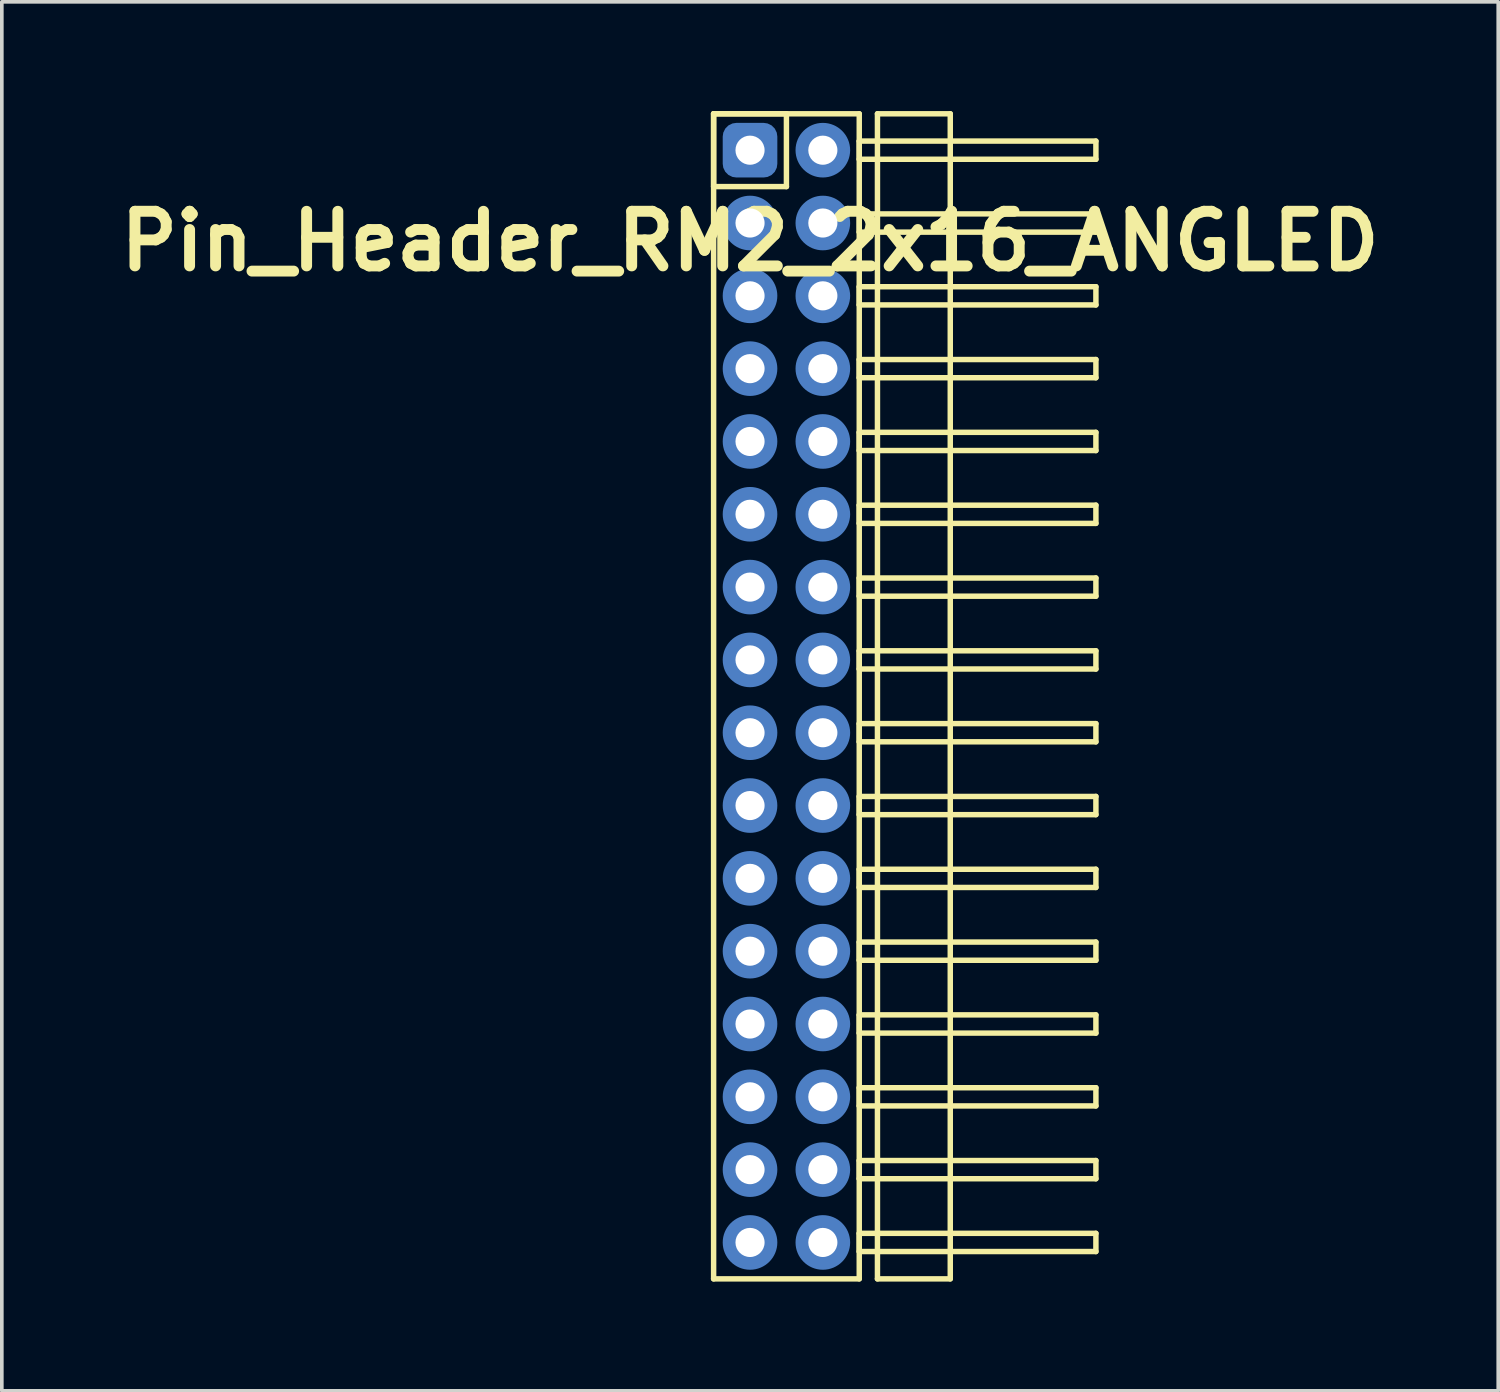
<source format=kicad_pcb>
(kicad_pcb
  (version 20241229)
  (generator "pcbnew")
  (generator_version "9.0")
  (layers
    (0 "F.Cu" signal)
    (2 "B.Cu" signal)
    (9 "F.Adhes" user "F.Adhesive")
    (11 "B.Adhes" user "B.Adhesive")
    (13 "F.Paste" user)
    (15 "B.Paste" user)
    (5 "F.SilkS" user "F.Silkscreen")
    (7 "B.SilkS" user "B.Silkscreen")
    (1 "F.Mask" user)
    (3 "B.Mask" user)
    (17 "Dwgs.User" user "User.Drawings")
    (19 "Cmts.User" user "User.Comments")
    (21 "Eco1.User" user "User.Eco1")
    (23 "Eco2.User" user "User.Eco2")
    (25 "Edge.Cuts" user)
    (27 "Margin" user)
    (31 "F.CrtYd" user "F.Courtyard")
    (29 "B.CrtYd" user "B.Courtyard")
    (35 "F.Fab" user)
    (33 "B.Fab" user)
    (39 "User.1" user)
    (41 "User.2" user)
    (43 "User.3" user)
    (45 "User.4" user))
  (footprint "Pin_Header_RM2_2x16_ANGLED"
    (layer "F.Cu")
    (at 17.55 1.075)
    (property "Reference" "Pin_Header_RM2_2x16_ANGLED" (at 0 2.5 0) (layer "F.SilkS") (effects (font (size 1.5 1.5) (thickness 0.3))))
    (attr through_hole)
    (fp_line (start -1 -1) (end 1 -1) (stroke (width 0.15) (type solid)) (layer "F.SilkS"))
    (fp_line (start -1 -1) (end 3 -1) (stroke (width 0.15) (type solid)) (layer "F.SilkS"))
    (fp_line (start -1 1) (end -1 -1) (stroke (width 0.15) (type solid)) (layer "F.SilkS"))
    (fp_line (start -1 31) (end -1 -1) (stroke (width 0.15) (type solid)) (layer "F.SilkS"))
    (fp_line (start 1 -1) (end 1 1) (stroke (width 0.15) (type solid)) (layer "F.SilkS"))
    (fp_line (start 1 1) (end -1 1) (stroke (width 0.15) (type solid)) (layer "F.SilkS"))
    (fp_line (start 3 -1) (end 3 31) (stroke (width 0.15) (type solid)) (layer "F.SilkS"))
    (fp_line (start 3 -0.25) (end 9.5 -0.25) (stroke (width 0.15) (type solid)) (layer "F.SilkS"))
    (fp_line (start 3 0.25) (end 3 -0.25) (stroke (width 0.15) (type solid)) (layer "F.SilkS"))
    (fp_line (start 3 1.75) (end 9.5 1.75) (stroke (width 0.15) (type solid)) (layer "F.SilkS"))
    (fp_line (start 3 2.25) (end 3 1.75) (stroke (width 0.15) (type solid)) (layer "F.SilkS"))
    (fp_line (start 3 3.75) (end 9.5 3.75) (stroke (width 0.15) (type solid)) (layer "F.SilkS"))
    (fp_line (start 3 4.25) (end 3 3.75) (stroke (width 0.15) (type solid)) (layer "F.SilkS"))
    (fp_line (start 3 5.75) (end 9.5 5.75) (stroke (width 0.15) (type solid)) (layer "F.SilkS"))
    (fp_line (start 3 6.25) (end 3 5.75) (stroke (width 0.15) (type solid)) (layer "F.SilkS"))
    (fp_line (start 3 7.75) (end 9.5 7.75) (stroke (width 0.15) (type solid)) (layer "F.SilkS"))
    (fp_line (start 3 8.25) (end 3 7.75) (stroke (width 0.15) (type solid)) (layer "F.SilkS"))
    (fp_line (start 3 9.75) (end 9.5 9.75) (stroke (width 0.15) (type solid)) (layer "F.SilkS"))
    (fp_line (start 3 10.25) (end 3 9.75) (stroke (width 0.15) (type solid)) (layer "F.SilkS"))
    (fp_line (start 3 11.75) (end 9.5 11.75) (stroke (width 0.15) (type solid)) (layer "F.SilkS"))
    (fp_line (start 3 12.25) (end 3 11.75) (stroke (width 0.15) (type solid)) (layer "F.SilkS"))
    (fp_line (start 3 13.75) (end 9.5 13.75) (stroke (width 0.15) (type solid)) (layer "F.SilkS"))
    (fp_line (start 3 14.25) (end 3 13.75) (stroke (width 0.15) (type solid)) (layer "F.SilkS"))
    (fp_line (start 3 15.75) (end 9.5 15.75) (stroke (width 0.15) (type solid)) (layer "F.SilkS"))
    (fp_line (start 3 16.25) (end 3 15.75) (stroke (width 0.15) (type solid)) (layer "F.SilkS"))
    (fp_line (start 3 17.75) (end 9.5 17.75) (stroke (width 0.15) (type solid)) (layer "F.SilkS"))
    (fp_line (start 3 18.25) (end 3 17.75) (stroke (width 0.15) (type solid)) (layer "F.SilkS"))
    (fp_line (start 3 19.75) (end 9.5 19.75) (stroke (width 0.15) (type solid)) (layer "F.SilkS"))
    (fp_line (start 3 20.25) (end 3 19.75) (stroke (width 0.15) (type solid)) (layer "F.SilkS"))
    (fp_line (start 3 21.75) (end 9.5 21.75) (stroke (width 0.15) (type solid)) (layer "F.SilkS"))
    (fp_line (start 3 22.25) (end 3 21.75) (stroke (width 0.15) (type solid)) (layer "F.SilkS"))
    (fp_line (start 3 23.75) (end 9.5 23.75) (stroke (width 0.15) (type solid)) (layer "F.SilkS"))
    (fp_line (start 3 24.25) (end 3 23.75) (stroke (width 0.15) (type solid)) (layer "F.SilkS"))
    (fp_line (start 3 25.75) (end 9.5 25.75) (stroke (width 0.15) (type solid)) (layer "F.SilkS"))
    (fp_line (start 3 26.25) (end 3 25.75) (stroke (width 0.15) (type solid)) (layer "F.SilkS"))
    (fp_line (start 3 27.75) (end 9.5 27.75) (stroke (width 0.15) (type solid)) (layer "F.SilkS"))
    (fp_line (start 3 28.25) (end 3 27.75) (stroke (width 0.15) (type solid)) (layer "F.SilkS"))
    (fp_line (start 3 29.75) (end 9.5 29.75) (stroke (width 0.15) (type solid)) (layer "F.SilkS"))
    (fp_line (start 3 30.25) (end 3 29.75) (stroke (width 0.15) (type solid)) (layer "F.SilkS"))
    (fp_line (start 3 31) (end -1 31) (stroke (width 0.15) (type solid)) (layer "F.SilkS"))
    (fp_line (start 3.5 -1) (end 5.5 -1) (stroke (width 0.15) (type solid)) (layer "F.SilkS"))
    (fp_line (start 3.5 31) (end 3.5 -1) (stroke (width 0.15) (type solid)) (layer "F.SilkS"))
    (fp_line (start 5.5 -1) (end 5.5 31) (stroke (width 0.15) (type solid)) (layer "F.SilkS"))
    (fp_line (start 5.5 31) (end 3.5 31) (stroke (width 0.15) (type solid)) (layer "F.SilkS"))
    (fp_line (start 9.5 -0.25) (end 9.5 0.25) (stroke (width 0.15) (type solid)) (layer "F.SilkS"))
    (fp_line (start 9.5 0.25) (end 3 0.25) (stroke (width 0.15) (type solid)) (layer "F.SilkS"))
    (fp_line (start 9.5 1.75) (end 9.5 2.25) (stroke (width 0.15) (type solid)) (layer "F.SilkS"))
    (fp_line (start 9.5 2.25) (end 3 2.25) (stroke (width 0.15) (type solid)) (layer "F.SilkS"))
    (fp_line (start 9.5 3.75) (end 9.5 4.25) (stroke (width 0.15) (type solid)) (layer "F.SilkS"))
    (fp_line (start 9.5 4.25) (end 3 4.25) (stroke (width 0.15) (type solid)) (layer "F.SilkS"))
    (fp_line (start 9.5 5.75) (end 9.5 6.25) (stroke (width 0.15) (type solid)) (layer "F.SilkS"))
    (fp_line (start 9.5 6.25) (end 3 6.25) (stroke (width 0.15) (type solid)) (layer "F.SilkS"))
    (fp_line (start 9.5 7.75) (end 9.5 8.25) (stroke (width 0.15) (type solid)) (layer "F.SilkS"))
    (fp_line (start 9.5 8.25) (end 3 8.25) (stroke (width 0.15) (type solid)) (layer "F.SilkS"))
    (fp_line (start 9.5 9.75) (end 9.5 10.25) (stroke (width 0.15) (type solid)) (layer "F.SilkS"))
    (fp_line (start 9.5 10.25) (end 3 10.25) (stroke (width 0.15) (type solid)) (layer "F.SilkS"))
    (fp_line (start 9.5 11.75) (end 9.5 12.25) (stroke (width 0.15) (type solid)) (layer "F.SilkS"))
    (fp_line (start 9.5 12.25) (end 3 12.25) (stroke (width 0.15) (type solid)) (layer "F.SilkS"))
    (fp_line (start 9.5 13.75) (end 9.5 14.25) (stroke (width 0.15) (type solid)) (layer "F.SilkS"))
    (fp_line (start 9.5 14.25) (end 3 14.25) (stroke (width 0.15) (type solid)) (layer "F.SilkS"))
    (fp_line (start 9.5 15.75) (end 9.5 16.25) (stroke (width 0.15) (type solid)) (layer "F.SilkS"))
    (fp_line (start 9.5 16.25) (end 3 16.25) (stroke (width 0.15) (type solid)) (layer "F.SilkS"))
    (fp_line (start 9.5 17.75) (end 9.5 18.25) (stroke (width 0.15) (type solid)) (layer "F.SilkS"))
    (fp_line (start 9.5 18.25) (end 3 18.25) (stroke (width 0.15) (type solid)) (layer "F.SilkS"))
    (fp_line (start 9.5 19.75) (end 9.5 20.25) (stroke (width 0.15) (type solid)) (layer "F.SilkS"))
    (fp_line (start 9.5 20.25) (end 3 20.25) (stroke (width 0.15) (type solid)) (layer "F.SilkS"))
    (fp_line (start 9.5 21.75) (end 9.5 22.25) (stroke (width 0.15) (type solid)) (layer "F.SilkS"))
    (fp_line (start 9.5 22.25) (end 3 22.25) (stroke (width 0.15) (type solid)) (layer "F.SilkS"))
    (fp_line (start 9.5 23.75) (end 9.5 24.25) (stroke (width 0.15) (type solid)) (layer "F.SilkS"))
    (fp_line (start 9.5 24.25) (end 3 24.25) (stroke (width 0.15) (type solid)) (layer "F.SilkS"))
    (fp_line (start 9.5 25.75) (end 9.5 26.25) (stroke (width 0.15) (type solid)) (layer "F.SilkS"))
    (fp_line (start 9.5 26.25) (end 3 26.25) (stroke (width 0.15) (type solid)) (layer "F.SilkS"))
    (fp_line (start 9.5 27.75) (end 9.5 28.25) (stroke (width 0.15) (type solid)) (layer "F.SilkS"))
    (fp_line (start 9.5 28.25) (end 3 28.25) (stroke (width 0.15) (type solid)) (layer "F.SilkS"))
    (fp_line (start 9.5 29.75) (end 9.5 30.25) (stroke (width 0.15) (type solid)) (layer "F.SilkS"))
    (fp_line (start 9.5 30.25) (end 3 30.25) (stroke (width 0.15) (type solid)) (layer "F.SilkS"))
    (pad "1" thru_hole circle (at 0 0) (size 1.1 1.1) (drill 0.8) (layers "*.Cu" "*.Mask"))
    (pad "1" smd roundrect (at 0 0) (size 1.25 1.25) (layers "F.Cu" "F.Mask") (roundrect_rratio 0.25))
    (pad "1" smd roundrect (at 0 0) (size 1.5 1.5) (layers "B.Cu" "B.Mask") (roundrect_rratio 0.25))
    (pad "2" thru_hole circle (at 2 0) (size 1.1 1.1) (drill 0.8) (layers "*.Cu" "*.Mask"))
    (pad "2" smd circle (at 2 0) (size 1.25 1.25) (layers "F.Cu" "F.Mask"))
    (pad "2" smd circle (at 2 0) (size 1.5 1.5) (layers "B.Cu" "B.Mask"))
    (pad "3" thru_hole circle (at 0 2) (size 1.1 1.1) (drill 0.8) (layers "*.Cu" "*.Mask"))
    (pad "3" smd circle (at 0 2) (size 1.25 1.25) (layers "F.Cu" "F.Mask"))
    (pad "3" smd circle (at 0 2) (size 1.5 1.5) (layers "B.Cu" "B.Mask"))
    (pad "4" thru_hole circle (at 2 2) (size 1.1 1.1) (drill 0.8) (layers "*.Cu" "*.Mask"))
    (pad "4" smd circle (at 2 2) (size 1.25 1.25) (layers "F.Cu" "F.Mask"))
    (pad "4" smd circle (at 2 2) (size 1.5 1.5) (layers "B.Cu" "B.Mask"))
    (pad "5" thru_hole circle (at 0 4) (size 1.1 1.1) (drill 0.8) (layers "*.Cu" "*.Mask"))
    (pad "5" smd circle (at 0 4) (size 1.25 1.25) (layers "F.Cu" "F.Mask"))
    (pad "5" smd circle (at 0 4) (size 1.5 1.5) (layers "B.Cu" "B.Mask"))
    (pad "6" thru_hole circle (at 2 4) (size 1.1 1.1) (drill 0.8) (layers "*.Cu" "*.Mask"))
    (pad "6" smd circle (at 2 4) (size 1.25 1.25) (layers "F.Cu" "F.Mask"))
    (pad "6" smd circle (at 2 4) (size 1.5 1.5) (layers "B.Cu" "B.Mask"))
    (pad "7" thru_hole circle (at 0 6) (size 1.1 1.1) (drill 0.8) (layers "*.Cu" "*.Mask"))
    (pad "7" smd circle (at 0 6) (size 1.25 1.25) (layers "F.Cu" "F.Mask"))
    (pad "7" smd circle (at 0 6) (size 1.5 1.5) (layers "B.Cu" "B.Mask"))
    (pad "8" thru_hole circle (at 2 6) (size 1.1 1.1) (drill 0.8) (layers "*.Cu" "*.Mask"))
    (pad "8" smd circle (at 2 6) (size 1.25 1.25) (layers "F.Cu" "F.Mask"))
    (pad "8" smd circle (at 2 6) (size 1.5 1.5) (layers "B.Cu" "B.Mask"))
    (pad "9" thru_hole circle (at 0 8) (size 1.1 1.1) (drill 0.8) (layers "*.Cu" "*.Mask"))
    (pad "9" smd circle (at 0 8) (size 1.25 1.25) (layers "F.Cu" "F.Mask"))
    (pad "9" smd circle (at 0 8) (size 1.5 1.5) (layers "B.Cu" "B.Mask"))
    (pad "10" thru_hole circle (at 2 8) (size 1.1 1.1) (drill 0.8) (layers "*.Cu" "*.Mask"))
    (pad "10" smd circle (at 2 8) (size 1.25 1.25) (layers "F.Cu" "F.Mask"))
    (pad "10" smd circle (at 2 8) (size 1.5 1.5) (layers "B.Cu" "B.Mask"))
    (pad "11" thru_hole circle (at 0 10) (size 1.1 1.1) (drill 0.8) (layers "*.Cu" "*.Mask"))
    (pad "11" smd circle (at 0 10) (size 1.25 1.25) (layers "F.Cu" "F.Mask"))
    (pad "11" smd circle (at 0 10) (size 1.5 1.5) (layers "B.Cu" "B.Mask"))
    (pad "12" thru_hole circle (at 2 10) (size 1.1 1.1) (drill 0.8) (layers "*.Cu" "*.Mask"))
    (pad "12" smd circle (at 2 10) (size 1.25 1.25) (layers "F.Cu" "F.Mask"))
    (pad "12" smd circle (at 2 10) (size 1.5 1.5) (layers "B.Cu" "B.Mask"))
    (pad "13" thru_hole circle (at 0 12) (size 1.1 1.1) (drill 0.8) (layers "*.Cu" "*.Mask"))
    (pad "13" smd circle (at 0 12) (size 1.25 1.25) (layers "F.Cu" "F.Mask"))
    (pad "13" smd circle (at 0 12) (size 1.5 1.5) (layers "B.Cu" "B.Mask"))
    (pad "14" thru_hole circle (at 2 12) (size 1.1 1.1) (drill 0.8) (layers "*.Cu" "*.Mask"))
    (pad "14" smd circle (at 2 12) (size 1.25 1.25) (layers "F.Cu" "F.Mask"))
    (pad "14" smd circle (at 2 12) (size 1.5 1.5) (layers "B.Cu" "B.Mask"))
    (pad "15" thru_hole circle (at 0 14) (size 1.1 1.1) (drill 0.8) (layers "*.Cu" "*.Mask"))
    (pad "15" smd circle (at 0 14) (size 1.25 1.25) (layers "F.Cu" "F.Mask"))
    (pad "15" smd circle (at 0 14) (size 1.5 1.5) (layers "B.Cu" "B.Mask"))
    (pad "16" thru_hole circle (at 2 14) (size 1.1 1.1) (drill 0.8) (layers "*.Cu" "*.Mask"))
    (pad "16" smd circle (at 2 14) (size 1.25 1.25) (layers "F.Cu" "F.Mask"))
    (pad "16" smd circle (at 2 14) (size 1.5 1.5) (layers "B.Cu" "B.Mask"))
    (pad "17" thru_hole circle (at 0 16) (size 1.1 1.1) (drill 0.8) (layers "*.Cu" "*.Mask"))
    (pad "17" smd circle (at 0 16) (size 1.25 1.25) (layers "F.Cu" "F.Mask"))
    (pad "17" smd circle (at 0 16) (size 1.5 1.5) (layers "B.Cu" "B.Mask"))
    (pad "18" thru_hole circle (at 2 16) (size 1.1 1.1) (drill 0.8) (layers "*.Cu" "*.Mask"))
    (pad "18" smd circle (at 2 16) (size 1.25 1.25) (layers "F.Cu" "F.Mask"))
    (pad "18" smd circle (at 2 16) (size 1.5 1.5) (layers "B.Cu" "B.Mask"))
    (pad "19" thru_hole circle (at 0 18) (size 1.1 1.1) (drill 0.8) (layers "*.Cu" "*.Mask"))
    (pad "19" smd circle (at 0 18) (size 1.25 1.25) (layers "F.Cu" "F.Mask"))
    (pad "19" smd circle (at 0 18) (size 1.5 1.5) (layers "B.Cu" "B.Mask"))
    (pad "20" thru_hole circle (at 2 18) (size 1.1 1.1) (drill 0.8) (layers "*.Cu" "*.Mask"))
    (pad "20" smd circle (at 2 18) (size 1.25 1.25) (layers "F.Cu" "F.Mask"))
    (pad "20" smd circle (at 2 18) (size 1.5 1.5) (layers "B.Cu" "B.Mask"))
    (pad "21" thru_hole circle (at 0 20) (size 1.1 1.1) (drill 0.8) (layers "*.Cu" "*.Mask"))
    (pad "21" smd circle (at 0 20) (size 1.25 1.25) (layers "F.Cu" "F.Mask"))
    (pad "21" smd circle (at 0 20) (size 1.5 1.5) (layers "B.Cu" "B.Mask"))
    (pad "22" thru_hole circle (at 2 20) (size 1.1 1.1) (drill 0.8) (layers "*.Cu" "*.Mask"))
    (pad "22" smd circle (at 2 20) (size 1.25 1.25) (layers "F.Cu" "F.Mask"))
    (pad "22" smd circle (at 2 20) (size 1.5 1.5) (layers "B.Cu" "B.Mask"))
    (pad "23" thru_hole circle (at 0 22) (size 1.1 1.1) (drill 0.8) (layers "*.Cu" "*.Mask"))
    (pad "23" smd circle (at 0 22) (size 1.25 1.25) (layers "F.Cu" "F.Mask"))
    (pad "23" smd circle (at 0 22) (size 1.5 1.5) (layers "B.Cu" "B.Mask"))
    (pad "24" thru_hole circle (at 2 22) (size 1.1 1.1) (drill 0.8) (layers "*.Cu" "*.Mask"))
    (pad "24" smd circle (at 2 22) (size 1.25 1.25) (layers "F.Cu" "F.Mask"))
    (pad "24" smd circle (at 2 22) (size 1.5 1.5) (layers "B.Cu" "B.Mask"))
    (pad "25" thru_hole circle (at 0 24) (size 1.1 1.1) (drill 0.8) (layers "*.Cu" "*.Mask"))
    (pad "25" smd circle (at 0 24) (size 1.25 1.25) (layers "F.Cu" "F.Mask"))
    (pad "25" smd circle (at 0 24) (size 1.5 1.5) (layers "B.Cu" "B.Mask"))
    (pad "26" thru_hole circle (at 2 24) (size 1.1 1.1) (drill 0.8) (layers "*.Cu" "*.Mask"))
    (pad "26" smd circle (at 2 24) (size 1.25 1.25) (layers "F.Cu" "F.Mask"))
    (pad "26" smd circle (at 2 24) (size 1.5 1.5) (layers "B.Cu" "B.Mask"))
    (pad "27" thru_hole circle (at 0 26) (size 1.1 1.1) (drill 0.8) (layers "*.Cu" "*.Mask"))
    (pad "27" smd circle (at 0 26) (size 1.25 1.25) (layers "F.Cu" "F.Mask"))
    (pad "27" smd circle (at 0 26) (size 1.5 1.5) (layers "B.Cu" "B.Mask"))
    (pad "28" thru_hole circle (at 2 26) (size 1.1 1.1) (drill 0.8) (layers "*.Cu" "*.Mask"))
    (pad "28" smd circle (at 2 26) (size 1.25 1.25) (layers "F.Cu" "F.Mask"))
    (pad "28" smd circle (at 2 26) (size 1.5 1.5) (layers "B.Cu" "B.Mask"))
    (pad "29" thru_hole circle (at 0 28) (size 1.1 1.1) (drill 0.8) (layers "*.Cu" "*.Mask"))
    (pad "29" smd circle (at 0 28) (size 1.25 1.25) (layers "F.Cu" "F.Mask"))
    (pad "29" smd circle (at 0 28) (size 1.5 1.5) (layers "B.Cu" "B.Mask"))
    (pad "30" thru_hole circle (at 2 28) (size 1.1 1.1) (drill 0.8) (layers "*.Cu" "*.Mask"))
    (pad "30" smd circle (at 2 28) (size 1.25 1.25) (layers "F.Cu" "F.Mask"))
    (pad "30" smd circle (at 2 28) (size 1.5 1.5) (layers "B.Cu" "B.Mask"))
    (pad "31" thru_hole circle (at 0 30) (size 1.1 1.1) (drill 0.8) (layers "*.Cu" "*.Mask"))
    (pad "31" smd circle (at 0 30) (size 1.25 1.25) (layers "F.Cu" "F.Mask"))
    (pad "31" smd circle (at 0 30) (size 1.5 1.5) (layers "B.Cu" "B.Mask"))
    (pad "32" thru_hole circle (at 2 30) (size 1.1 1.1) (drill 0.8) (layers "*.Cu" "*.Mask"))
    (pad "32" smd circle (at 2 30) (size 1.25 1.25) (layers "F.Cu" "F.Mask"))
    (pad "32" smd circle (at 2 30) (size 1.5 1.5) (layers "B.Cu" "B.Mask")))
  (gr_rect
    (start -3 -3)
    (end 38.1 35.15)
    (stroke (width 0.1) (type default))
    (fill no)
    (layer "Edge.Cuts")))
</source>
